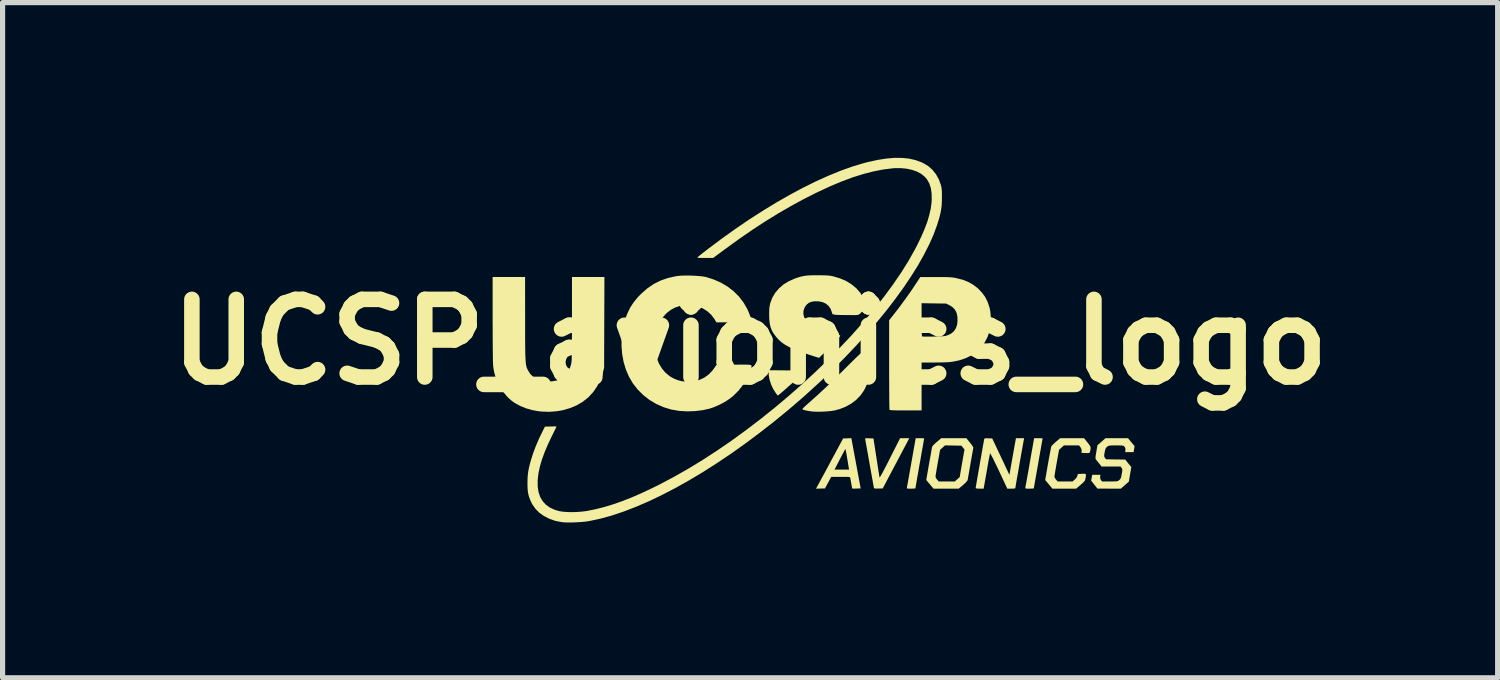
<source format=kicad_pcb>
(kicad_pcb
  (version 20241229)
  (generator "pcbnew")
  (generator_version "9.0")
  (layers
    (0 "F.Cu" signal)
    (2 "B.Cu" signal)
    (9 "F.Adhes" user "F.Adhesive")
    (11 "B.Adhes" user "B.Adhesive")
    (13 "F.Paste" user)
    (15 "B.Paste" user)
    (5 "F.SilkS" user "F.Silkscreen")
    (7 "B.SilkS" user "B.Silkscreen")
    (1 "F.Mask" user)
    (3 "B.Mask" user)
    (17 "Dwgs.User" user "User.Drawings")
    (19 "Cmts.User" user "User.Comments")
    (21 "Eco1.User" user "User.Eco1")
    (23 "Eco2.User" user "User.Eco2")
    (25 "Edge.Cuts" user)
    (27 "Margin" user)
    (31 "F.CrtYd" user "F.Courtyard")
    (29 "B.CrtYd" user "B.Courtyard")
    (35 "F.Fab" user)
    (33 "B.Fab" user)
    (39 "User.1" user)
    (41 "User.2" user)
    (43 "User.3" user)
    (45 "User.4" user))
  (footprint "UCSP_avionics_logo"
    (layer "F.Cu")
    (at 11.443 3.556)
    (property "Reference" "UCSP_avionics_logo" (at 0 0 0) (layer "F.SilkS") (effects (font (size 1.5 1.5) (thickness 0.3))))
    (attr board_only exclude_from_pos_files exclude_from_bom)
    (fp_poly (pts (xy 0.689 0.55) (xy 1.02 0.552) (xy 1.023 0.578) (xy 1.022 0.589) (xy 1.016 0.602) (xy 1.004 0.619) (xy 0.982 0.641) (xy 0.95 0.672) (xy 0.906 0.713) (xy 0.884 0.733) (xy 0.803 0.806) (xy 0.731 0.87) (xy 0.669 0.925) (xy 0.618 0.969) (xy 0.578 1.003) (xy 0.551 1.025) (xy 0.537 1.034) (xy 0.536 1.035) (xy 0.527 1.027) (xy 0.51 1.008) (xy 0.495 0.987) (xy 0.446 0.91) (xy 0.406 0.824) (xy 0.377 0.736) (xy 0.361 0.651) (xy 0.358 0.605) (xy 0.358 0.547)) (stroke (width 0) (type solid)) (fill yes) (layer "F.SilkS"))
    (fp_poly (pts (xy 3.318 1.861) (xy 3.347 1.862) (xy 3.362 1.863) (xy 3.363 1.863) (xy 3.361 1.873) (xy 3.356 1.901) (xy 3.349 1.944) (xy 3.339 2.002) (xy 3.326 2.071) (xy 3.312 2.151) (xy 3.297 2.239) (xy 3.28 2.333) (xy 3.278 2.343) (xy 3.261 2.438) (xy 3.246 2.527) (xy 3.231 2.608) (xy 3.219 2.679) (xy 3.209 2.738) (xy 3.201 2.784) (xy 3.196 2.814) (xy 3.194 2.827) (xy 3.194 2.828) (xy 3.184 2.831) (xy 3.16 2.834) (xy 3.125 2.835) (xy 3.108 2.835) (xy 3.065 2.835) (xy 3.039 2.832) (xy 3.027 2.827) (xy 3.027 2.823) (xy 3.03 2.811) (xy 3.035 2.781) (xy 3.044 2.736) (xy 3.054 2.677) (xy 3.067 2.606) (xy 3.081 2.525) (xy 3.097 2.437) (xy 3.114 2.342) (xy 3.115 2.336) (xy 3.199 1.861) (xy 3.281 1.861)) (stroke (width 0) (type solid)) (fill yes) (layer "F.SilkS"))
    (fp_poly (pts (xy 5.607 1.861) (xy 5.635 1.862) (xy 5.65 1.863) (xy 5.651 1.863) (xy 5.649 1.873) (xy 5.645 1.901) (xy 5.637 1.944) (xy 5.627 2.002) (xy 5.615 2.071) (xy 5.6 2.151) (xy 5.585 2.239) (xy 5.568 2.333) (xy 5.567 2.343) (xy 5.55 2.438) (xy 5.534 2.527) (xy 5.52 2.608) (xy 5.507 2.679) (xy 5.497 2.738) (xy 5.489 2.784) (xy 5.484 2.814) (xy 5.482 2.827) (xy 5.482 2.828) (xy 5.473 2.831) (xy 5.448 2.834) (xy 5.413 2.835) (xy 5.396 2.835) (xy 5.353 2.835) (xy 5.327 2.832) (xy 5.316 2.827) (xy 5.315 2.823) (xy 5.318 2.811) (xy 5.323 2.781) (xy 5.332 2.736) (xy 5.343 2.677) (xy 5.355 2.606) (xy 5.37 2.525) (xy 5.386 2.437) (xy 5.402 2.342) (xy 5.403 2.336) (xy 5.487 1.861) (xy 5.569 1.861)) (stroke (width 0) (type solid)) (fill yes) (layer "F.SilkS"))
    (fp_poly (pts (xy 2.193 0.179) (xy 2.208 0.197) (xy 2.226 0.229) (xy 2.245 0.27) (xy 2.264 0.315) (xy 2.279 0.358) (xy 2.285 0.378) (xy 2.294 0.431) (xy 2.3 0.497) (xy 2.301 0.568) (xy 2.299 0.636) (xy 2.292 0.696) (xy 2.289 0.711) (xy 2.254 0.828) (xy 2.202 0.935) (xy 2.134 1.032) (xy 2.051 1.118) (xy 1.954 1.192) (xy 1.845 1.253) (xy 1.723 1.3) (xy 1.628 1.325) (xy 1.566 1.335) (xy 1.491 1.342) (xy 1.409 1.347) (xy 1.327 1.349) (xy 1.251 1.348) (xy 1.187 1.343) (xy 1.184 1.342) (xy 1.126 1.334) (xy 1.076 1.324) (xy 1.038 1.314) (xy 1.016 1.305) (xy 1.01 1.298) (xy 1.017 1.288) (xy 1.036 1.267) (xy 1.065 1.24) (xy 1.099 1.209) (xy 1.2 1.119) (xy 1.295 1.034) (xy 1.385 0.951) (xy 1.476 0.866) (xy 1.568 0.778) (xy 1.666 0.682) (xy 1.773 0.577) (xy 1.844 0.506) (xy 1.928 0.422) (xy 1.998 0.353) (xy 2.056 0.296) (xy 2.103 0.252) (xy 2.139 0.218) (xy 2.165 0.195) (xy 2.183 0.182) (xy 2.192 0.178)) (stroke (width 0) (type solid)) (fill yes) (layer "F.SilkS"))
    (fp_poly (pts (xy 3.001 2.002) (xy 2.978 2.044) (xy 2.948 2.101) (xy 2.912 2.169) (xy 2.872 2.245) (xy 2.829 2.327) (xy 2.784 2.411) (xy 2.744 2.487) (xy 2.562 2.831) (xy 2.48 2.833) (xy 2.435 2.834) (xy 2.408 2.832) (xy 2.395 2.826) (xy 2.393 2.823) (xy 2.39 2.811) (xy 2.385 2.782) (xy 2.376 2.736) (xy 2.366 2.677) (xy 2.353 2.607) (xy 2.339 2.527) (xy 2.323 2.439) (xy 2.309 2.358) (xy 2.292 2.265) (xy 2.277 2.177) (xy 2.262 2.097) (xy 2.25 2.027) (xy 2.239 1.968) (xy 2.231 1.923) (xy 2.226 1.893) (xy 2.223 1.882) (xy 2.222 1.871) (xy 2.225 1.865) (xy 2.237 1.862) (xy 2.263 1.861) (xy 2.3 1.863) (xy 2.383 1.865) (xy 2.439 2.229) (xy 2.452 2.312) (xy 2.464 2.39) (xy 2.475 2.461) (xy 2.484 2.521) (xy 2.492 2.568) (xy 2.497 2.601) (xy 2.499 2.617) (xy 2.499 2.617) (xy 2.503 2.618) (xy 2.512 2.606) (xy 2.527 2.582) (xy 2.549 2.543) (xy 2.578 2.489) (xy 2.614 2.42) (xy 2.658 2.335) (xy 2.7 2.251) (xy 2.898 1.86) (xy 2.987 1.86) (xy 3.075 1.86)) (stroke (width 0) (type solid)) (fill yes) (layer "F.SilkS"))
    (fp_poly (pts (xy 2.046 2.345) (xy 2.136 2.831) (xy 2.057 2.833) (xy 2.019 2.834) (xy 1.99 2.834) (xy 1.975 2.833) (xy 1.973 2.832) (xy 1.97 2.821) (xy 1.965 2.795) (xy 1.958 2.759) (xy 1.955 2.74) (xy 1.947 2.697) (xy 1.941 2.66) (xy 1.936 2.635) (xy 1.935 2.629) (xy 1.932 2.621) (xy 1.928 2.615) (xy 1.918 2.611) (xy 1.9 2.609) (xy 1.872 2.607) (xy 1.83 2.607) (xy 1.772 2.607) (xy 1.748 2.607) (xy 1.567 2.607) (xy 1.507 2.719) (xy 1.446 2.831) (xy 1.359 2.833) (xy 1.273 2.836) (xy 1.315 2.759) (xy 1.329 2.734) (xy 1.35 2.694) (xy 1.379 2.64) (xy 1.414 2.576) (xy 1.454 2.503) (xy 1.473 2.467) (xy 1.631 2.467) (xy 1.772 2.467) (xy 1.913 2.467) (xy 1.907 2.44) (xy 1.904 2.421) (xy 1.898 2.387) (xy 1.891 2.341) (xy 1.882 2.286) (xy 1.874 2.241) (xy 1.865 2.185) (xy 1.856 2.137) (xy 1.849 2.1) (xy 1.844 2.076) (xy 1.841 2.07) (xy 1.835 2.078) (xy 1.821 2.102) (xy 1.802 2.138) (xy 1.777 2.185) (xy 1.748 2.239) (xy 1.733 2.269) (xy 1.631 2.467) (xy 1.473 2.467) (xy 1.497 2.423) (xy 1.542 2.339) (xy 1.577 2.273) (xy 1.797 1.865) (xy 1.876 1.863) (xy 1.956 1.86)) (stroke (width 0) (type solid)) (fill yes) (layer "F.SilkS"))
    (fp_poly (pts (xy 4.247 1.945) (xy 4.28 1.987) (xy 4.302 2.02) (xy 4.312 2.042) (xy 4.312 2.047) (xy 4.31 2.061) (xy 4.304 2.092) (xy 4.296 2.137) (xy 4.286 2.194) (xy 4.274 2.261) (xy 4.261 2.333) (xy 4.258 2.353) (xy 4.245 2.427) (xy 4.233 2.497) (xy 4.222 2.558) (xy 4.213 2.608) (xy 4.207 2.645) (xy 4.203 2.665) (xy 4.203 2.668) (xy 4.191 2.689) (xy 4.164 2.719) (xy 4.121 2.759) (xy 4.114 2.765) (xy 4.031 2.835) (xy 3.787 2.835) (xy 3.543 2.835) (xy 3.473 2.752) (xy 3.403 2.668) (xy 3.414 2.604) (xy 3.582 2.604) (xy 3.588 2.624) (xy 3.604 2.65) (xy 3.613 2.661) (xy 3.643 2.696) (xy 3.799 2.696) (xy 3.955 2.696) (xy 4.002 2.654) (xy 4.049 2.612) (xy 4.095 2.345) (xy 4.142 2.079) (xy 4.112 2.042) (xy 4.082 2.005) (xy 3.924 2.002) (xy 3.766 1.999) (xy 3.718 2.042) (xy 3.671 2.084) (xy 3.626 2.333) (xy 3.614 2.402) (xy 3.603 2.465) (xy 3.594 2.52) (xy 3.587 2.564) (xy 3.583 2.593) (xy 3.582 2.604) (xy 3.414 2.604) (xy 3.457 2.356) (xy 3.471 2.279) (xy 3.484 2.208) (xy 3.495 2.145) (xy 3.504 2.092) (xy 3.511 2.053) (xy 3.516 2.03) (xy 3.517 2.025) (xy 3.526 2.01) (xy 3.547 1.987) (xy 3.577 1.959) (xy 3.607 1.933) (xy 3.693 1.86) (xy 3.935 1.86) (xy 4.177 1.86)) (stroke (width 0) (type solid)) (fill yes) (layer "F.SilkS"))
    (fp_poly (pts (xy 6.222 1.861) (xy 6.452 1.861) (xy 6.517 1.941) (xy 6.546 1.979) (xy 6.565 2.005) (xy 6.575 2.025) (xy 6.578 2.042) (xy 6.578 2.062) (xy 6.578 2.062) (xy 6.574 2.095) (xy 6.567 2.122) (xy 6.566 2.126) (xy 6.56 2.138) (xy 6.551 2.145) (xy 6.534 2.148) (xy 6.504 2.148) (xy 6.479 2.147) (xy 6.402 2.144) (xy 6.405 2.107) (xy 6.403 2.075) (xy 6.389 2.044) (xy 6.382 2.035) (xy 6.355 2) (xy 6.209 2) (xy 6.063 2) (xy 6.016 2.042) (xy 5.969 2.084) (xy 5.924 2.333) (xy 5.912 2.402) (xy 5.901 2.465) (xy 5.892 2.52) (xy 5.885 2.564) (xy 5.881 2.593) (xy 5.88 2.604) (xy 5.886 2.624) (xy 5.902 2.65) (xy 5.911 2.661) (xy 5.942 2.696) (xy 6.086 2.696) (xy 6.23 2.696) (xy 6.271 2.661) (xy 6.304 2.626) (xy 6.323 2.59) (xy 6.323 2.589) (xy 6.333 2.552) (xy 6.402 2.549) (xy 6.441 2.547) (xy 6.468 2.548) (xy 6.483 2.554) (xy 6.489 2.569) (xy 6.487 2.596) (xy 6.479 2.637) (xy 6.472 2.672) (xy 6.463 2.686) (xy 6.442 2.71) (xy 6.412 2.739) (xy 6.383 2.764) (xy 6.299 2.835) (xy 6.07 2.835) (xy 5.841 2.835) (xy 5.771 2.752) (xy 5.701 2.668) (xy 5.755 2.356) (xy 5.769 2.279) (xy 5.782 2.207) (xy 5.794 2.144) (xy 5.804 2.091) (xy 5.811 2.051) (xy 5.816 2.028) (xy 5.818 2.022) (xy 5.828 2.007) (xy 5.851 1.983) (xy 5.881 1.954) (xy 5.908 1.93) (xy 5.992 1.86)) (stroke (width 0) (type solid)) (fill yes) (layer "F.SilkS"))
    (fp_poly (pts (xy 5.289 1.888) (xy 5.285 1.906) (xy 5.279 1.941) (xy 5.27 1.989) (xy 5.259 2.05) (xy 5.247 2.119) (xy 5.233 2.196) (xy 5.219 2.277) (xy 5.204 2.36) (xy 5.19 2.443) (xy 5.176 2.524) (xy 5.162 2.6) (xy 5.15 2.668) (xy 5.14 2.727) (xy 5.132 2.775) (xy 5.127 2.808) (xy 5.124 2.824) (xy 5.124 2.825) (xy 5.114 2.831) (xy 5.089 2.834) (xy 5.051 2.835) (xy 5.047 2.835) (xy 4.969 2.835) (xy 4.806 2.487) (xy 4.769 2.409) (xy 4.734 2.337) (xy 4.704 2.275) (xy 4.678 2.224) (xy 4.657 2.185) (xy 4.643 2.16) (xy 4.636 2.151) (xy 4.636 2.151) (xy 4.633 2.164) (xy 4.627 2.193) (xy 4.618 2.238) (xy 4.607 2.295) (xy 4.595 2.363) (xy 4.582 2.438) (xy 4.571 2.5) (xy 4.512 2.835) (xy 4.435 2.835) (xy 4.392 2.834) (xy 4.366 2.83) (xy 4.358 2.825) (xy 4.359 2.813) (xy 4.364 2.784) (xy 4.371 2.741) (xy 4.381 2.684) (xy 4.392 2.618) (xy 4.405 2.544) (xy 4.419 2.464) (xy 4.434 2.381) (xy 4.448 2.297) (xy 4.463 2.215) (xy 4.476 2.137) (xy 4.489 2.065) (xy 4.5 2.002) (xy 4.51 1.949) (xy 4.517 1.91) (xy 4.521 1.887) (xy 4.522 1.882) (xy 4.526 1.871) (xy 4.534 1.864) (xy 4.551 1.862) (xy 4.581 1.862) (xy 4.603 1.863) (xy 4.678 1.865) (xy 4.821 2.169) (xy 4.856 2.243) (xy 4.89 2.314) (xy 4.92 2.379) (xy 4.946 2.435) (xy 4.967 2.479) (xy 4.982 2.51) (xy 4.987 2.521) (xy 5.01 2.569) (xy 5.058 2.297) (xy 5.071 2.221) (xy 5.085 2.146) (xy 5.097 2.078) (xy 5.107 2.018) (xy 5.116 1.971) (xy 5.121 1.943) (xy 5.136 1.86) (xy 5.215 1.86) (xy 5.294 1.86)) (stroke (width 0) (type solid)) (fill yes) (layer "F.SilkS"))
    (fp_poly (pts (xy 7.364 1.937) (xy 7.428 2.013) (xy 7.419 2.071) (xy 7.409 2.129) (xy 7.328 2.129) (xy 7.247 2.129) (xy 7.251 2.089) (xy 7.251 2.057) (xy 7.24 2.033) (xy 7.232 2.024) (xy 7.223 2.014) (xy 7.212 2.008) (xy 7.196 2.004) (xy 7.173 2.001) (xy 7.137 2) (xy 7.086 2) (xy 7.069 2) (xy 7.014 2) (xy 6.974 2.001) (xy 6.947 2.003) (xy 6.929 2.007) (xy 6.915 2.013) (xy 6.902 2.022) (xy 6.897 2.027) (xy 6.879 2.044) (xy 6.867 2.064) (xy 6.858 2.092) (xy 6.85 2.133) (xy 6.843 2.172) (xy 6.84 2.197) (xy 6.842 2.214) (xy 6.848 2.228) (xy 6.855 2.239) (xy 6.876 2.268) (xy 7.061 2.271) (xy 7.247 2.273) (xy 7.306 2.346) (xy 7.365 2.418) (xy 7.341 2.559) (xy 7.318 2.699) (xy 7.24 2.767) (xy 7.163 2.835) (xy 6.937 2.835) (xy 6.711 2.834) (xy 6.65 2.758) (xy 6.589 2.681) (xy 6.599 2.624) (xy 6.61 2.567) (xy 6.689 2.567) (xy 6.768 2.567) (xy 6.763 2.604) (xy 6.765 2.641) (xy 6.779 2.669) (xy 6.799 2.696) (xy 6.949 2.696) (xy 7.007 2.696) (xy 7.048 2.695) (xy 7.077 2.694) (xy 7.096 2.69) (xy 7.111 2.685) (xy 7.123 2.676) (xy 7.132 2.669) (xy 7.148 2.654) (xy 7.159 2.637) (xy 7.168 2.613) (xy 7.175 2.578) (xy 7.18 2.551) (xy 7.188 2.508) (xy 7.191 2.48) (xy 7.191 2.461) (xy 7.186 2.448) (xy 7.178 2.435) (xy 7.177 2.434) (xy 7.158 2.408) (xy 6.974 2.408) (xy 6.79 2.408) (xy 6.741 2.346) (xy 6.715 2.314) (xy 6.694 2.287) (xy 6.68 2.269) (xy 6.679 2.268) (xy 6.674 2.257) (xy 6.673 2.238) (xy 6.675 2.209) (xy 6.682 2.166) (xy 6.689 2.123) (xy 6.711 1.996) (xy 6.789 1.928) (xy 6.867 1.86) (xy 7.084 1.86) (xy 7.301 1.86)) (stroke (width 0) (type solid)) (fill yes) (layer "F.SilkS"))
    (fp_poly (pts (xy -4.347 -0.455) (xy -4.347 -0.301) (xy -4.347 -0.165) (xy -4.347 -0.047) (xy -4.346 0.056) (xy -4.345 0.144) (xy -4.344 0.219) (xy -4.342 0.282) (xy -4.339 0.335) (xy -4.336 0.379) (xy -4.333 0.416) (xy -4.328 0.446) (xy -4.323 0.471) (xy -4.317 0.493) (xy -4.309 0.513) (xy -4.301 0.531) (xy -4.293 0.548) (xy -4.246 0.621) (xy -4.186 0.679) (xy -4.113 0.723) (xy -4.027 0.752) (xy -3.93 0.765) (xy -3.891 0.766) (xy -3.821 0.761) (xy -3.75 0.748) (xy -3.686 0.727) (xy -3.66 0.715) (xy -3.618 0.688) (xy -3.574 0.649) (xy -3.534 0.605) (xy -3.505 0.562) (xy -3.502 0.558) (xy -3.489 0.527) (xy -3.475 0.485) (xy -3.462 0.442) (xy -3.462 0.44) (xy -3.458 0.426) (xy -3.455 0.411) (xy -3.453 0.394) (xy -3.45 0.373) (xy -3.448 0.348) (xy -3.447 0.316) (xy -3.446 0.277) (xy -3.445 0.228) (xy -3.444 0.169) (xy -3.443 0.099) (xy -3.443 0.015) (xy -3.443 -0.084) (xy -3.442 -0.198) (xy -3.442 -0.33) (xy -3.442 -0.444) (xy -3.442 -1.254) (xy -3.129 -1.254) (xy -2.815 -1.254) (xy -2.818 -0.376) (xy -2.821 0.502) (xy -2.847 0.598) (xy -2.894 0.735) (xy -2.957 0.86) (xy -3.034 0.972) (xy -3.125 1.07) (xy -3.23 1.154) (xy -3.348 1.224) (xy -3.479 1.279) (xy -3.622 1.32) (xy -3.731 1.339) (xy -3.879 1.351) (xy -4.026 1.346) (xy -4.099 1.338) (xy -4.22 1.315) (xy -4.336 1.281) (xy -4.441 1.238) (xy -4.449 1.233) (xy -4.517 1.197) (xy -4.573 1.163) (xy -4.623 1.124) (xy -4.674 1.078) (xy -4.691 1.06) (xy -4.78 0.956) (xy -4.853 0.842) (xy -4.908 0.717) (xy -4.946 0.583) (xy -4.964 0.474) (xy -4.966 0.445) (xy -4.968 0.396) (xy -4.97 0.329) (xy -4.971 0.245) (xy -4.972 0.144) (xy -4.973 0.027) (xy -4.974 -0.104) (xy -4.974 -0.25) (xy -4.975 -0.41) (xy -4.975 -0.437) (xy -4.975 -1.254) (xy -4.661 -1.254) (xy -4.348 -1.254)) (stroke (width 0) (type solid)) (fill yes) (layer "F.SilkS"))
    (fp_poly (pts (xy 3.673 -1.253) (xy 3.745 -1.253) (xy 3.802 -1.252) (xy 3.848 -1.25) (xy 3.887 -1.247) (xy 3.92 -1.244) (xy 3.95 -1.239) (xy 3.981 -1.233) (xy 4.104 -1.202) (xy 4.211 -1.16) (xy 4.308 -1.106) (xy 4.396 -1.039) (xy 4.414 -1.022) (xy 4.485 -0.946) (xy 4.543 -0.865) (xy 4.588 -0.775) (xy 4.623 -0.671) (xy 4.628 -0.655) (xy 4.64 -0.591) (xy 4.648 -0.516) (xy 4.651 -0.435) (xy 4.65 -0.355) (xy 4.643 -0.282) (xy 4.632 -0.225) (xy 4.59 -0.102) (xy 4.533 0.009) (xy 4.462 0.106) (xy 4.376 0.19) (xy 4.276 0.26) (xy 4.162 0.316) (xy 4.034 0.358) (xy 3.911 0.383) (xy 3.854 0.39) (xy 3.778 0.394) (xy 3.682 0.397) (xy 3.567 0.398) (xy 3.564 0.398) (xy 3.313 0.398) (xy 3.313 0.861) (xy 3.313 1.323) (xy 3.006 1.323) (xy 2.918 1.323) (xy 2.849 1.323) (xy 2.796 1.322) (xy 2.756 1.321) (xy 2.728 1.319) (xy 2.709 1.317) (xy 2.699 1.313) (xy 2.693 1.309) (xy 2.692 1.307) (xy 2.691 1.295) (xy 2.691 1.265) (xy 2.69 1.217) (xy 2.689 1.154) (xy 2.688 1.077) (xy 2.688 0.988) (xy 2.687 0.887) (xy 2.687 0.777) (xy 2.686 0.659) (xy 2.686 0.534) (xy 2.686 0.436) (xy 2.686 -0.419) (xy 2.695 -0.429) (xy 3.313 -0.429) (xy 3.313 -0.337) (xy 3.314 -0.262) (xy 3.315 -0.204) (xy 3.316 -0.161) (xy 3.319 -0.131) (xy 3.321 -0.114) (xy 3.325 -0.106) (xy 3.325 -0.105) (xy 3.339 -0.104) (xy 3.369 -0.103) (xy 3.413 -0.102) (xy 3.467 -0.102) (xy 3.528 -0.103) (xy 3.547 -0.103) (xy 3.619 -0.105) (xy 3.675 -0.106) (xy 3.717 -0.109) (xy 3.75 -0.112) (xy 3.776 -0.116) (xy 3.799 -0.123) (xy 3.815 -0.128) (xy 3.884 -0.161) (xy 3.937 -0.206) (xy 3.975 -0.263) (xy 3.999 -0.332) (xy 4.007 -0.402) (xy 4.005 -0.488) (xy 3.989 -0.561) (xy 3.958 -0.622) (xy 3.912 -0.671) (xy 3.852 -0.709) (xy 3.786 -0.741) (xy 3.55 -0.744) (xy 3.313 -0.748) (xy 3.313 -0.429) (xy 2.695 -0.429) (xy 2.761 -0.513) (xy 2.84 -0.614) (xy 2.923 -0.724) (xy 3.005 -0.837) (xy 3.084 -0.947) (xy 3.155 -1.051) (xy 3.18 -1.089) (xy 3.288 -1.253) (xy 3.585 -1.253)) (stroke (width 0) (type solid)) (fill yes) (layer "F.SilkS"))
    (fp_poly (pts (xy 1.388 -1.287) (xy 1.447 -1.286) (xy 1.493 -1.284) (xy 1.532 -1.28) (xy 1.568 -1.275) (xy 1.603 -1.267) (xy 1.609 -1.266) (xy 1.739 -1.227) (xy 1.858 -1.175) (xy 1.963 -1.11) (xy 2.054 -1.034) (xy 2.13 -0.946) (xy 2.19 -0.848) (xy 2.225 -0.766) (xy 2.25 -0.695) (xy 2.195 -0.629) (xy 2.166 -0.592) (xy 2.143 -0.565) (xy 2.124 -0.545) (xy 2.105 -0.531) (xy 2.082 -0.523) (xy 2.053 -0.519) (xy 2.015 -0.517) (xy 1.963 -0.518) (xy 1.894 -0.518) (xy 1.892 -0.518) (xy 1.827 -0.519) (xy 1.765 -0.52) (xy 1.71 -0.521) (xy 1.667 -0.523) (xy 1.64 -0.525) (xy 1.637 -0.526) (xy 1.608 -0.531) (xy 1.592 -0.538) (xy 1.584 -0.553) (xy 1.58 -0.57) (xy 1.556 -0.638) (xy 1.517 -0.695) (xy 1.464 -0.739) (xy 1.399 -0.769) (xy 1.324 -0.784) (xy 1.322 -0.784) (xy 1.248 -0.785) (xy 1.189 -0.776) (xy 1.141 -0.758) (xy 1.128 -0.75) (xy 1.081 -0.709) (xy 1.049 -0.657) (xy 1.031 -0.599) (xy 1.029 -0.538) (xy 1.044 -0.479) (xy 1.074 -0.425) (xy 1.083 -0.415) (xy 1.117 -0.386) (xy 1.169 -0.354) (xy 1.237 -0.319) (xy 1.319 -0.282) (xy 1.415 -0.245) (xy 1.497 -0.216) (xy 1.574 -0.189) (xy 1.633 -0.168) (xy 1.678 -0.152) (xy 1.709 -0.14) (xy 1.728 -0.13) (xy 1.739 -0.123) (xy 1.741 -0.118) (xy 1.734 -0.108) (xy 1.716 -0.087) (xy 1.688 -0.055) (xy 1.651 -0.017) (xy 1.61 0.027) (xy 1.565 0.075) (xy 1.518 0.123) (xy 1.473 0.169) (xy 1.43 0.213) (xy 1.392 0.25) (xy 1.361 0.28) (xy 1.34 0.3) (xy 1.33 0.307) (xy 1.33 0.307) (xy 1.316 0.304) (xy 1.288 0.295) (xy 1.249 0.283) (xy 1.203 0.268) (xy 1.199 0.267) (xy 1.072 0.225) (xy 0.963 0.186) (xy 0.869 0.15) (xy 0.789 0.115) (xy 0.721 0.081) (xy 0.662 0.046) (xy 0.611 0.01) (xy 0.566 -0.029) (xy 0.525 -0.071) (xy 0.508 -0.092) (xy 0.46 -0.154) (xy 0.424 -0.213) (xy 0.398 -0.276) (xy 0.381 -0.344) (xy 0.371 -0.423) (xy 0.368 -0.517) (xy 0.368 -0.527) (xy 0.369 -0.593) (xy 0.371 -0.644) (xy 0.376 -0.686) (xy 0.383 -0.723) (xy 0.388 -0.745) (xy 0.428 -0.852) (xy 0.485 -0.949) (xy 0.558 -1.035) (xy 0.646 -1.111) (xy 0.75 -1.174) (xy 0.867 -1.226) (xy 0.887 -1.232) (xy 0.944 -1.251) (xy 0.996 -1.265) (xy 1.046 -1.275) (xy 1.1 -1.282) (xy 1.16 -1.286) (xy 1.233 -1.288) (xy 1.313 -1.288)) (stroke (width 0) (type solid)) (fill yes) (layer "F.SilkS"))
    (fp_poly (pts (xy -1.109 -1.28) (xy -1.03 -1.276) (xy -0.958 -1.27) (xy -0.897 -1.262) (xy -0.86 -1.255) (xy -0.706 -1.207) (xy -0.564 -1.145) (xy -0.434 -1.068) (xy -0.317 -0.977) (xy -0.214 -0.874) (xy -0.126 -0.759) (xy -0.053 -0.632) (xy -0.045 -0.614) (xy -0.031 -0.582) (xy -0.015 -0.542) (xy 0.002 -0.498) (xy 0.017 -0.456) (xy 0.03 -0.419) (xy 0.038 -0.392) (xy 0.04 -0.382) (xy 0.03 -0.381) (xy 0.003 -0.38) (xy -0.04 -0.379) (xy -0.095 -0.379) (xy -0.162 -0.378) (xy -0.237 -0.378) (xy -0.306 -0.378) (xy -0.652 -0.378) (xy -0.691 -0.444) (xy -0.751 -0.523) (xy -0.825 -0.591) (xy -0.911 -0.646) (xy -1.007 -0.684) (xy -1.03 -0.691) (xy -1.08 -0.7) (xy -1.142 -0.705) (xy -1.21 -0.706) (xy -1.278 -0.704) (xy -1.337 -0.697) (xy -1.368 -0.691) (xy -1.451 -0.663) (xy -1.525 -0.624) (xy -1.596 -0.571) (xy -1.637 -0.532) (xy -1.712 -0.445) (xy -1.769 -0.347) (xy -1.81 -0.238) (xy -1.816 -0.219) (xy -1.825 -0.17) (xy -1.832 -0.107) (xy -1.837 -0.036) (xy -1.839 0.038) (xy -1.838 0.108) (xy -1.834 0.169) (xy -1.831 0.197) (xy -1.804 0.313) (xy -1.761 0.419) (xy -1.704 0.514) (xy -1.635 0.596) (xy -1.553 0.663) (xy -1.477 0.706) (xy -1.401 0.738) (xy -1.326 0.758) (xy -1.245 0.767) (xy -1.194 0.768) (xy -1.081 0.759) (xy -0.977 0.733) (xy -0.883 0.689) (xy -0.799 0.628) (xy -0.726 0.551) (xy -0.698 0.512) (xy -0.65 0.443) (xy -0.31 0.44) (xy -0.216 0.439) (xy -0.141 0.439) (xy -0.081 0.439) (xy -0.037 0.44) (xy -0.005 0.443) (xy 0.015 0.449) (xy 0.026 0.457) (xy 0.029 0.47) (xy 0.026 0.486) (xy 0.019 0.507) (xy 0.01 0.533) (xy 0.006 0.543) (xy -0.053 0.686) (xy -0.127 0.816) (xy -0.217 0.934) (xy -0.323 1.04) (xy -0.391 1.095) (xy -0.459 1.141) (xy -0.539 1.187) (xy -0.625 1.229) (xy -0.709 1.264) (xy -0.778 1.288) (xy -0.916 1.319) (xy -1.065 1.337) (xy -1.218 1.342) (xy -1.371 1.333) (xy -1.373 1.332) (xy -1.526 1.306) (xy -1.673 1.261) (xy -1.813 1.199) (xy -1.944 1.121) (xy -2.064 1.028) (xy -2.172 0.92) (xy -2.267 0.799) (xy -2.267 0.798) (xy -2.341 0.672) (xy -2.4 0.534) (xy -2.444 0.389) (xy -2.472 0.237) (xy -2.485 0.081) (xy -2.483 -0.077) (xy -2.464 -0.233) (xy -2.43 -0.386) (xy -2.379 -0.534) (xy -2.369 -0.556) (xy -2.316 -0.664) (xy -2.251 -0.764) (xy -2.171 -0.862) (xy -2.105 -0.93) (xy -1.988 -1.033) (xy -1.864 -1.118) (xy -1.731 -1.185) (xy -1.588 -1.235) (xy -1.435 -1.269) (xy -1.395 -1.274) (xy -1.337 -1.28) (xy -1.267 -1.282) (xy -1.19 -1.283)) (stroke (width 0) (type solid)) (fill yes) (layer "F.SilkS"))
    (fp_poly (pts (xy 2.939 -3.555) (xy 3.073 -3.541) (xy 3.197 -3.512) (xy 3.312 -3.47) (xy 3.342 -3.456) (xy 3.44 -3.398) (xy 3.523 -3.325) (xy 3.592 -3.238) (xy 3.647 -3.138) (xy 3.683 -3.039) (xy 3.692 -3.006) (xy 3.698 -2.976) (xy 3.702 -2.942) (xy 3.705 -2.902) (xy 3.706 -2.85) (xy 3.706 -2.791) (xy 3.704 -2.705) (xy 3.7 -2.628) (xy 3.69 -2.554) (xy 3.676 -2.48) (xy 3.656 -2.4) (xy 3.628 -2.309) (xy 3.612 -2.258) (xy 3.545 -2.075) (xy 3.46 -1.884) (xy 3.359 -1.685) (xy 3.243 -1.479) (xy 3.111 -1.268) (xy 2.965 -1.051) (xy 2.805 -0.83) (xy 2.632 -0.605) (xy 2.446 -0.378) (xy 2.249 -0.149) (xy 2.04 0.081) (xy 1.82 0.312) (xy 1.591 0.542) (xy 1.352 0.77) (xy 1.104 0.996) (xy 1.015 1.076) (xy 0.74 1.312) (xy 0.463 1.539) (xy 0.186 1.755) (xy -0.091 1.962) (xy -0.367 2.158) (xy -0.641 2.342) (xy -0.912 2.515) (xy -1.18 2.675) (xy -1.444 2.823) (xy -1.702 2.957) (xy -1.954 3.078) (xy -2.2 3.184) (xy -2.438 3.276) (xy -2.668 3.353) (xy -2.888 3.414) (xy -3.099 3.459) (xy -3.119 3.463) (xy -3.181 3.472) (xy -3.254 3.479) (xy -3.333 3.484) (xy -3.414 3.488) (xy -3.492 3.489) (xy -3.563 3.488) (xy -3.62 3.484) (xy -3.639 3.482) (xy -3.765 3.457) (xy -3.88 3.417) (xy -3.983 3.364) (xy -4.074 3.3) (xy -4.149 3.223) (xy -4.209 3.137) (xy -4.226 3.104) (xy -4.254 3.041) (xy -4.274 2.985) (xy -4.288 2.929) (xy -4.297 2.868) (xy -4.301 2.797) (xy -4.302 2.726) (xy -4.3 2.645) (xy -4.296 2.574) (xy -4.287 2.506) (xy -4.274 2.436) (xy -4.255 2.358) (xy -4.233 2.278) (xy -4.192 2.15) (xy -4.14 2.012) (xy -4.08 1.872) (xy -4.031 1.771) (xy -3.965 1.637) (xy -3.853 1.634) (xy -3.808 1.633) (xy -3.772 1.633) (xy -3.748 1.634) (xy -3.741 1.636) (xy -3.745 1.646) (xy -3.757 1.671) (xy -3.775 1.708) (xy -3.798 1.754) (xy -3.824 1.807) (xy -3.825 1.808) (xy -3.905 1.976) (xy -3.971 2.132) (xy -4.024 2.278) (xy -4.063 2.414) (xy -4.09 2.541) (xy -4.104 2.662) (xy -4.105 2.678) (xy -4.104 2.796) (xy -4.088 2.902) (xy -4.056 2.996) (xy -4.009 3.077) (xy -3.946 3.145) (xy -3.868 3.201) (xy -3.775 3.244) (xy -3.686 3.27) (xy -3.624 3.28) (xy -3.546 3.286) (xy -3.46 3.289) (xy -3.368 3.287) (xy -3.277 3.281) (xy -3.19 3.272) (xy -3.145 3.265) (xy -2.98 3.231) (xy -2.814 3.189) (xy -2.644 3.137) (xy -2.469 3.076) (xy -2.286 3.004) (xy -2.094 2.92) (xy -1.89 2.824) (xy -1.751 2.755) (xy -1.474 2.609) (xy -1.195 2.45) (xy -0.914 2.279) (xy -0.633 2.096) (xy -0.353 1.904) (xy -0.074 1.701) (xy 0.201 1.491) (xy 0.473 1.273) (xy 0.74 1.049) (xy 1.002 0.819) (xy 1.256 0.585) (xy 1.502 0.347) (xy 1.739 0.107) (xy 1.966 -0.134) (xy 2.182 -0.377) (xy 2.386 -0.619) (xy 2.577 -0.86) (xy 2.753 -1.098) (xy 2.914 -1.333) (xy 3.059 -1.564) (xy 3.186 -1.79) (xy 3.23 -1.874) (xy 3.307 -2.034) (xy 3.371 -2.182) (xy 3.423 -2.32) (xy 3.461 -2.449) (xy 3.489 -2.571) (xy 3.505 -2.688) (xy 3.509 -2.751) (xy 3.507 -2.868) (xy 3.492 -2.971) (xy 3.462 -3.062) (xy 3.418 -3.14) (xy 3.372 -3.193) (xy 3.305 -3.247) (xy 3.223 -3.291) (xy 3.128 -3.324) (xy 3.022 -3.347) (xy 2.908 -3.358) (xy 2.787 -3.357) (xy 2.744 -3.353) (xy 2.563 -3.33) (xy 2.377 -3.293) (xy 2.184 -3.243) (xy 1.983 -3.18) (xy 1.773 -3.102) (xy 1.553 -3.01) (xy 1.321 -2.902) (xy 1.283 -2.884) (xy 1.033 -2.758) (xy 0.787 -2.624) (xy 0.542 -2.482) (xy 0.295 -2.33) (xy 0.045 -2.167) (xy -0.211 -1.99) (xy -0.475 -1.799) (xy -0.509 -1.774) (xy -0.714 -1.622) (xy -0.871 -1.622) (xy -0.93 -1.622) (xy -0.972 -1.623) (xy -0.999 -1.625) (xy -1.014 -1.627) (xy -1.018 -1.632) (xy -1.016 -1.635) (xy -1.005 -1.645) (xy -0.981 -1.665) (xy -0.946 -1.693) (xy -0.903 -1.727) (xy -0.854 -1.765) (xy -0.843 -1.774) (xy -0.57 -1.979) (xy -0.298 -2.174) (xy -0.028 -2.358) (xy 0.241 -2.531) (xy 0.506 -2.693) (xy 0.767 -2.842) (xy 1.023 -2.979) (xy 1.273 -3.103) (xy 1.516 -3.212) (xy 1.75 -3.308) (xy 1.975 -3.388) (xy 2.19 -3.453) (xy 2.279 -3.476) (xy 2.463 -3.516) (xy 2.634 -3.543) (xy 2.793 -3.556)) (stroke (width 0) (type solid)) (fill yes) (layer "F.SilkS")))
  (gr_rect
    (start -3 -3)
    (end 25.886 10.045)
    (stroke (width 0.1) (type default))
    (fill no)
    (layer "Edge.Cuts")))
</source>
